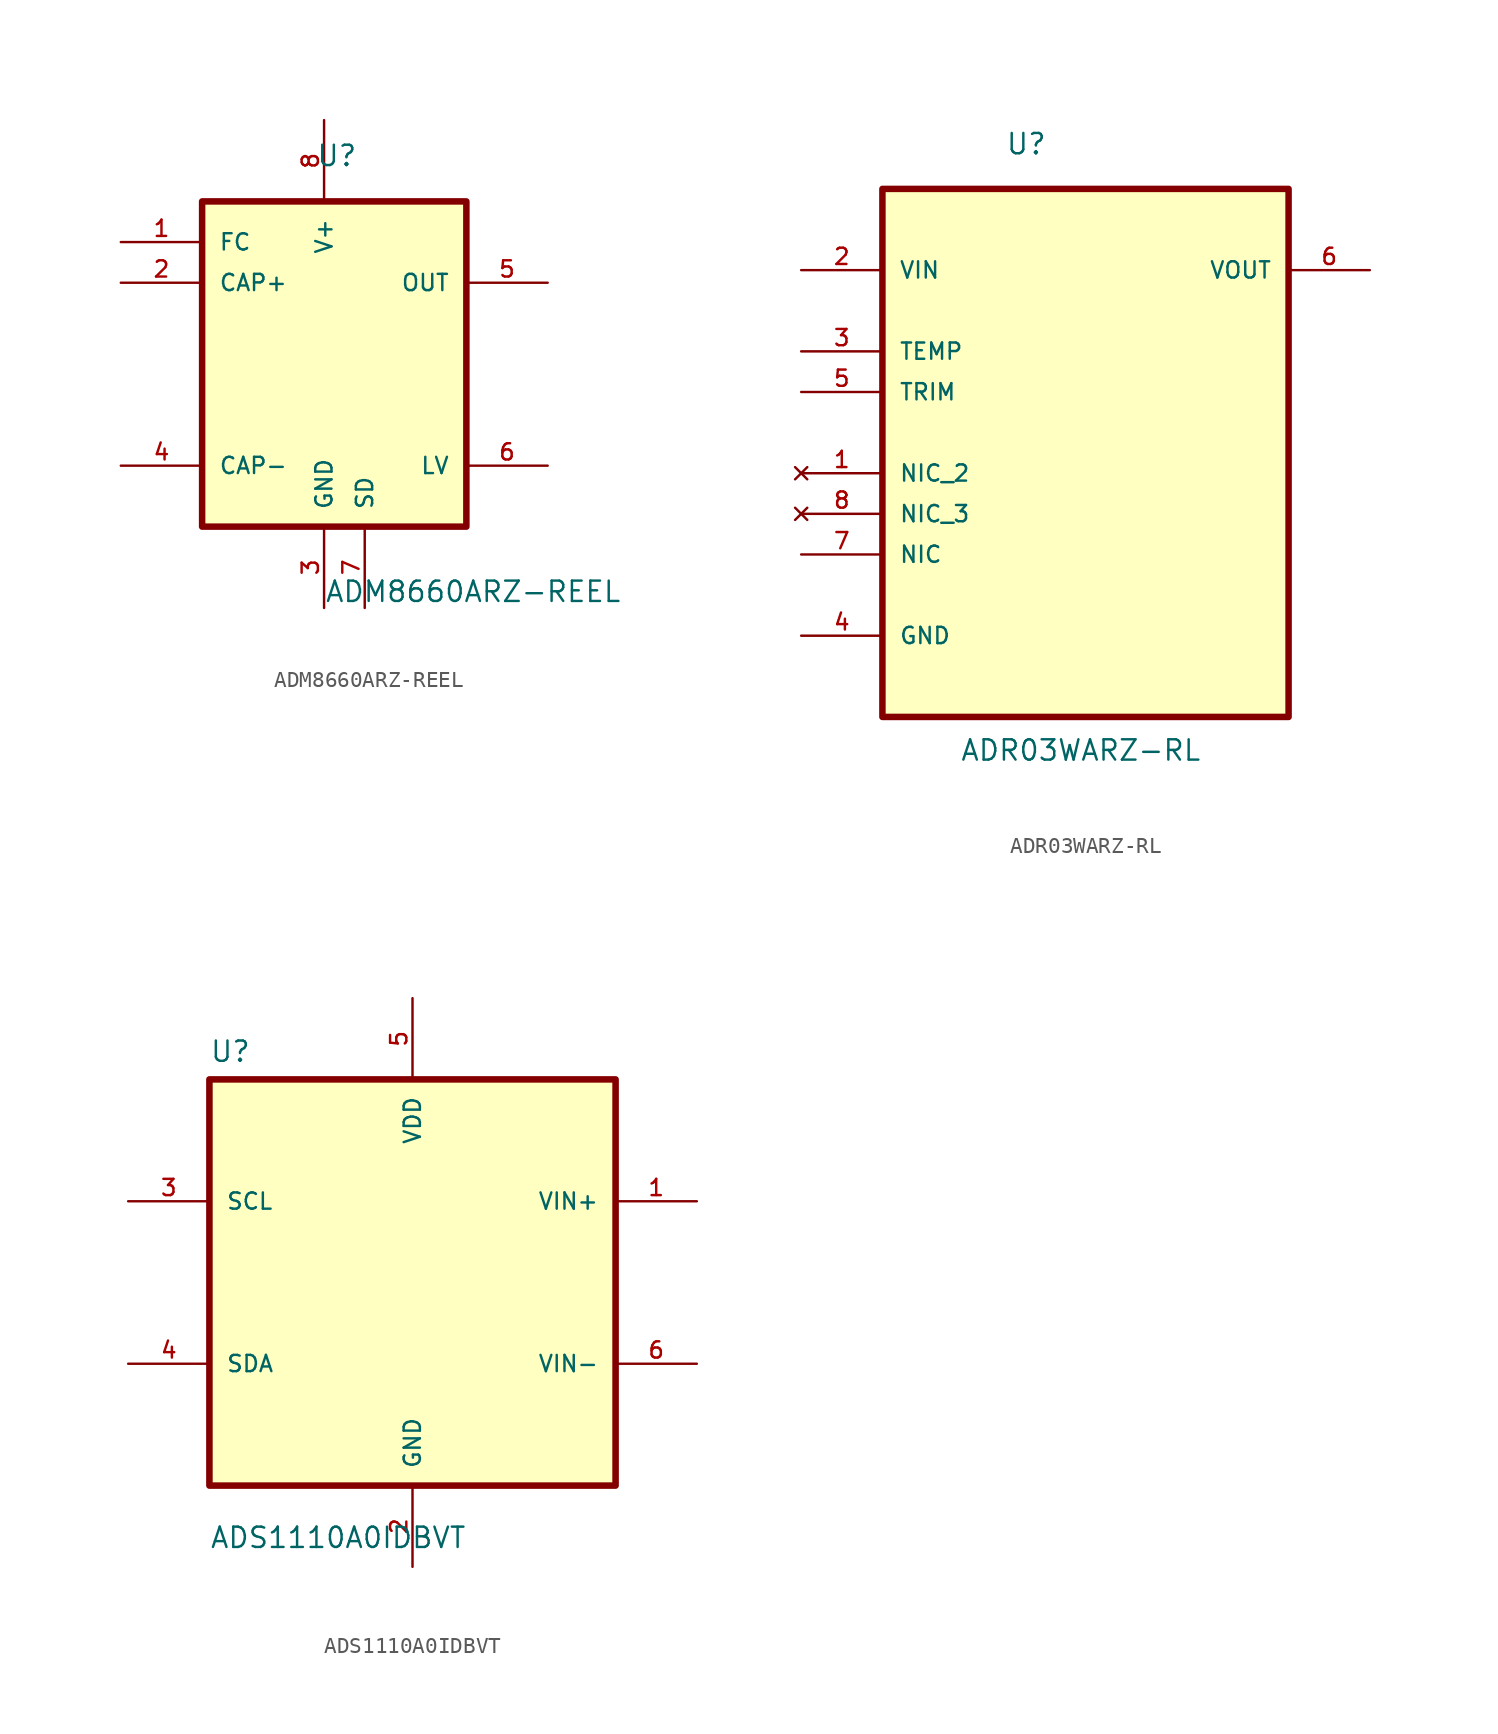
<source format=kicad_sym>
(kicad_symbol_lib
  (version 20241209)
  (generator "kicad_symbol_editor")
  (generator_version "9.0")
  (symbol "ADM8660ARZ-REEL"
    (pin_names
      (offset 1.016))
    (property "Reference" "U"
      (at -5.598 14.81 0)
      (effects (font (size 1.27 1.27)) (justify left bottom)))
    (property "Value" "ADM8660ARZ-REEL"
      (at -5.055 -12.425 0)
      (effects (font (size 1.27 1.27)) (justify left bottom)))
    (symbol "ADM8660ARZ-REEL_0_0"
      (rectangle (start -12.7 12.7) (end 3.81 -7.62) (stroke (width 0.406) (type default)) (fill (type background)))
      (pin input line (at -17.78 10.16 0) (length 5.08) (name "FC" (effects (font (size 1.016 1.016)))) (number "1" (effects (font (size 1.016 1.016)))))
      (pin passive line (at -17.78 7.62 0) (length 5.08) (name "CAP+" (effects (font (size 1.016 1.016)))) (number "2" (effects (font (size 1.016 1.016)))))
      (pin passive line (at -17.78 -3.81 0) (length 5.08) (name "CAP-" (effects (font (size 1.016 1.016)))) (number "4" (effects (font (size 1.016 1.016)))))
      (pin power_in line (at -5.08 17.78 270) (length 5.08) (name "V+" (effects (font (size 1.016 1.016)))) (number "8" (effects (font (size 1.016 1.016)))))
      (pin passive line (at -5.08 -12.7 90) (length 5.08) (name "GND" (effects (font (size 1.016 1.016)))) (number "3" (effects (font (size 1.016 1.016)))))
      (pin input line (at -2.54 -12.7 90) (length 5.08) (name "SD" (effects (font (size 1.016 1.016)))) (number "7" (effects (font (size 1.016 1.016)))))
      (pin output line (at 8.89 7.62 180) (length 5.08) (name "OUT" (effects (font (size 1.016 1.016)))) (number "5" (effects (font (size 1.016 1.016)))))
      (pin input line (at 8.89 -3.81 180) (length 5.08) (name "LV" (effects (font (size 1.016 1.016)))) (number "6" (effects (font (size 1.016 1.016)))))))
  (symbol "ADR03WARZ-RL"
    (pin_names
      (offset 1.016))
    (property "Reference" "U"
      (at -5.016 14.767 0)
      (effects (font (size 1.27 1.27)) (justify left bottom)))
    (property "Value" "ADR03WARZ-RL"
      (at -7.861 -23.151 0)
      (effects (font (size 1.27 1.27)) (justify left bottom)))
    (symbol "ADR03WARZ-RL_0_0"
      (rectangle (start -12.7 -20.32) (end 12.7 12.7) (stroke (width 0.406) (type default)) (fill (type background)))
      (pin input line (at -17.78 7.62 0) (length 5.08) (name "VIN" (effects (font (size 1.016 1.016)))) (number "2" (effects (font (size 1.016 1.016)))))
      (pin passive line (at -17.78 2.54 0) (length 5.08) (name "TEMP" (effects (font (size 1.016 1.016)))) (number "3" (effects (font (size 1.016 1.016)))))
      (pin passive line (at -17.78 0 0) (length 5.08) (name "TRIM" (effects (font (size 1.016 1.016)))) (number "5" (effects (font (size 1.016 1.016)))))
      (pin no_connect line (at -17.78 -5.08 0) (length 5.08) (name "NIC_2" (effects (font (size 1.016 1.016)))) (number "1" (effects (font (size 1.016 1.016)))))
      (pin no_connect line (at -17.78 -7.62 0) (length 5.08) (name "NIC_3" (effects (font (size 1.016 1.016)))) (number "8" (effects (font (size 1.016 1.016)))))
      (pin passive line (at -17.78 -10.16 0) (length 5.08) (name "NIC" (effects (font (size 1.016 1.016)))) (number "7" (effects (font (size 1.016 1.016)))))
      (pin passive line (at -17.78 -15.24 0) (length 5.08) (name "GND" (effects (font (size 1.016 1.016)))) (number "4" (effects (font (size 1.016 1.016)))))
      (pin output line (at 17.78 7.62 180) (length 5.08) (name "VOUT" (effects (font (size 1.016 1.016)))) (number "6" (effects (font (size 1.016 1.016)))))))
  (symbol "ADS1110A0IDBVT"
    (pin_names
      (offset 1.016))
    (property "Reference" "U"
      (at -12.7 13.7 0)
      (effects (font (size 1.27 1.27)) (justify left bottom)))
    (property "Value" "ADS1110A0IDBVT"
      (at -12.7 -16.7 0)
      (effects (font (size 1.27 1.27)) (justify left bottom)))
    (symbol "ADS1110A0IDBVT_0_0"
      (rectangle (start -12.7 -12.7) (end 12.7 12.7) (stroke (width 0.41) (type default)) (fill (type background)))
      (pin input line (at -17.78 5.08 0) (length 5.08) (name "SCL" (effects (font (size 1.016 1.016)))) (number "3" (effects (font (size 1.016 1.016)))))
      (pin bidirectional line (at -17.78 -5.08 0) (length 5.08) (name "SDA" (effects (font (size 1.016 1.016)))) (number "4" (effects (font (size 1.016 1.016)))))
      (pin power_in line (at 0 17.78 270) (length 5.08) (name "VDD" (effects (font (size 1.016 1.016)))) (number "5" (effects (font (size 1.016 1.016)))))
      (pin power_in line (at 0 -17.78 90) (length 5.08) (name "GND" (effects (font (size 1.016 1.016)))) (number "2" (effects (font (size 1.016 1.016)))))
      (pin input line (at 17.78 5.08 180) (length 5.08) (name "VIN+" (effects (font (size 1.016 1.016)))) (number "1" (effects (font (size 1.016 1.016)))))
      (pin input line (at 17.78 -5.08 180) (length 5.08) (name "VIN-" (effects (font (size 1.016 1.016)))) (number "6" (effects (font (size 1.016 1.016))))))))
</source>
